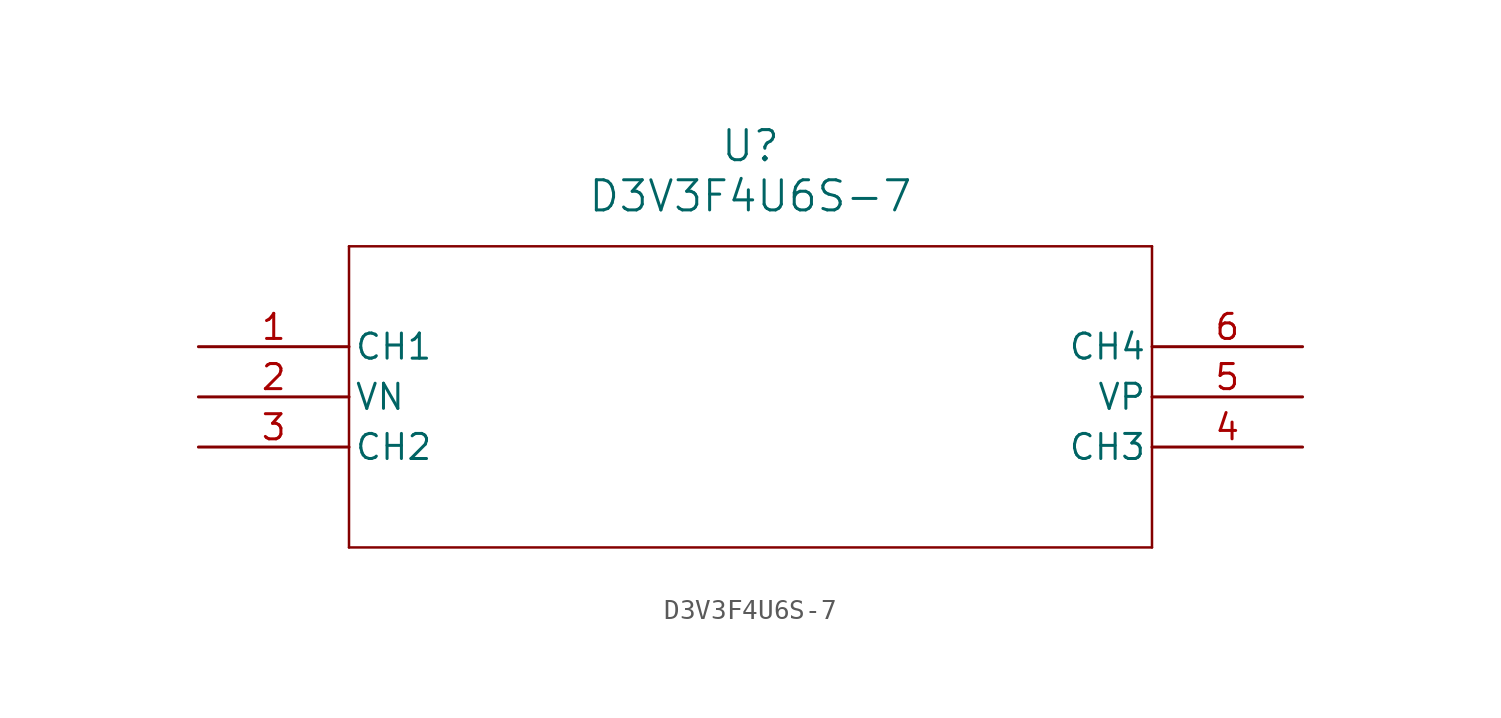
<source format=kicad_sym>
(kicad_symbol_lib
  (version 20211014)
  (generator kicad_symbol_editor)
  (symbol "D3V3F4U6S-7"
    (pin_names
      (offset 0.254))
    (property "Reference" "U"
      (at 27.94 10.16 0)
      (effects (font (size 1.524 1.524))))
    (property "Value" "D3V3F4U6S-7"
      (at 27.94 7.62 0)
      (effects (font (size 1.524 1.524))))
    (symbol "D3V3F4U6S-7_0_1"
      (polyline (pts (xy 7.62 5.08) (xy 7.62 -10.16)) (stroke (width 0.127) (type default) (color 0 0 0 0)) (fill (type none)))
      (polyline (pts (xy 7.62 -10.16) (xy 48.26 -10.16)) (stroke (width 0.127) (type default) (color 0 0 0 0)) (fill (type none)))
      (polyline (pts (xy 48.26 -10.16) (xy 48.26 5.08)) (stroke (width 0.127) (type default) (color 0 0 0 0)) (fill (type none)))
      (polyline (pts (xy 48.26 5.08) (xy 7.62 5.08)) (stroke (width 0.127) (type default) (color 0 0 0 0)) (fill (type none)))
      (pin unspecified line (at 0 0 0) (length 7.62) (name "CH1" (effects (font (size 1.27 1.27)))) (number "1" (effects (font (size 1.27 1.27)))))
      (pin power_in line (at 0 -2.54 0) (length 7.62) (name "VN" (effects (font (size 1.27 1.27)))) (number "2" (effects (font (size 1.27 1.27)))))
      (pin unspecified line (at 0 -5.08 0) (length 7.62) (name "CH2" (effects (font (size 1.27 1.27)))) (number "3" (effects (font (size 1.27 1.27)))))
      (pin unspecified line (at 55.88 -5.08 180) (length 7.62) (name "CH3" (effects (font (size 1.27 1.27)))) (number "4" (effects (font (size 1.27 1.27)))))
      (pin power_in line (at 55.88 -2.54 180) (length 7.62) (name "VP" (effects (font (size 1.27 1.27)))) (number "5" (effects (font (size 1.27 1.27)))))
      (pin unspecified line (at 55.88 0 180) (length 7.62) (name "CH4" (effects (font (size 1.27 1.27)))) (number "6" (effects (font (size 1.27 1.27))))))))
</source>
